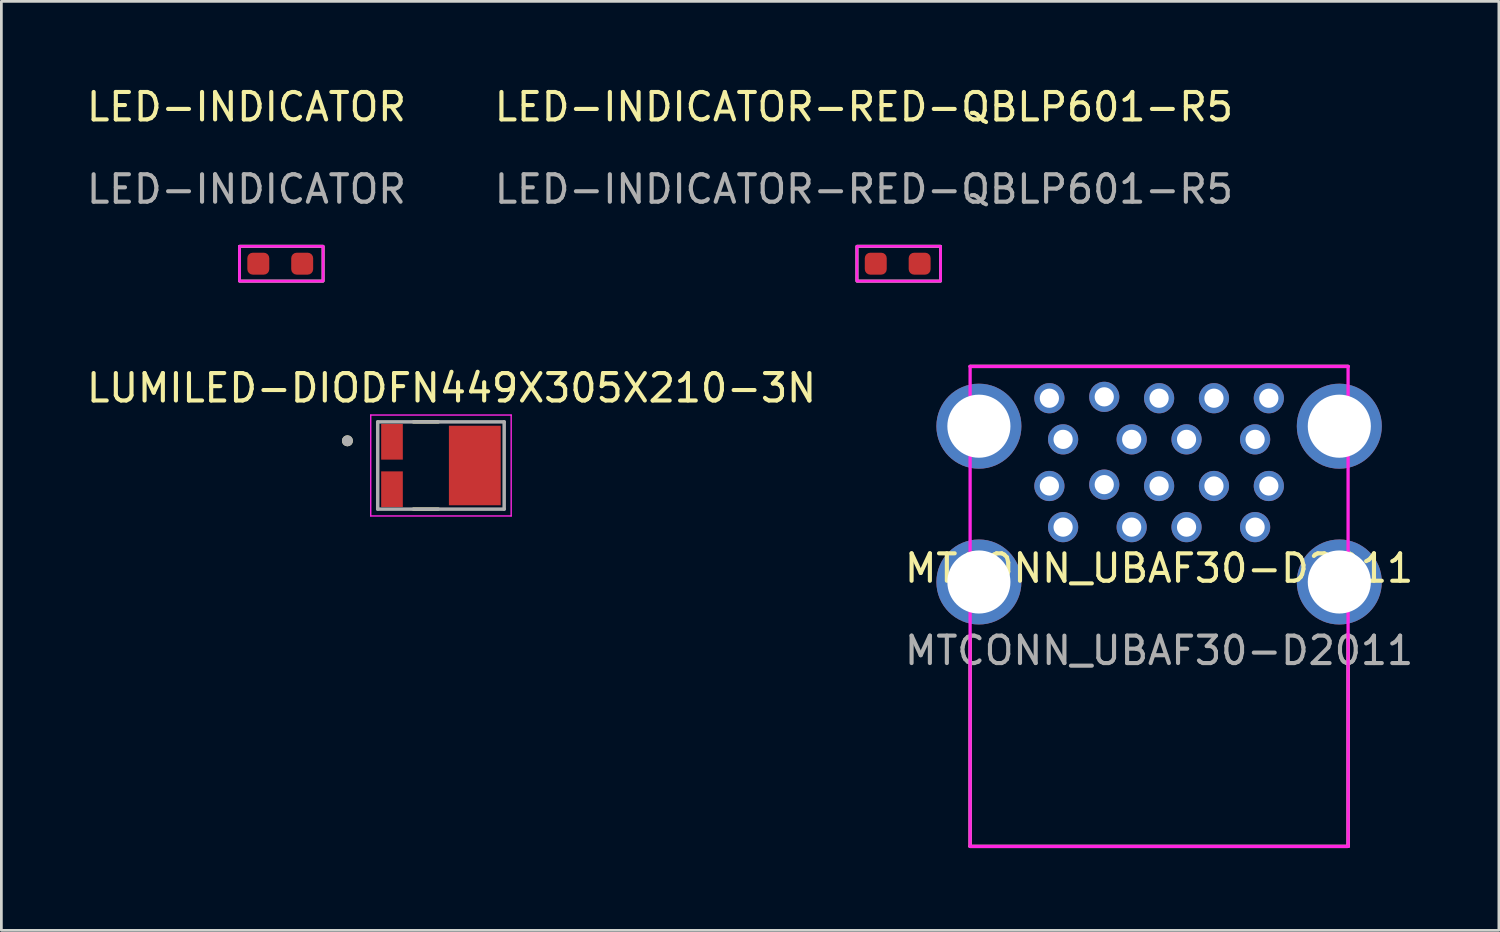
<source format=kicad_pcb>
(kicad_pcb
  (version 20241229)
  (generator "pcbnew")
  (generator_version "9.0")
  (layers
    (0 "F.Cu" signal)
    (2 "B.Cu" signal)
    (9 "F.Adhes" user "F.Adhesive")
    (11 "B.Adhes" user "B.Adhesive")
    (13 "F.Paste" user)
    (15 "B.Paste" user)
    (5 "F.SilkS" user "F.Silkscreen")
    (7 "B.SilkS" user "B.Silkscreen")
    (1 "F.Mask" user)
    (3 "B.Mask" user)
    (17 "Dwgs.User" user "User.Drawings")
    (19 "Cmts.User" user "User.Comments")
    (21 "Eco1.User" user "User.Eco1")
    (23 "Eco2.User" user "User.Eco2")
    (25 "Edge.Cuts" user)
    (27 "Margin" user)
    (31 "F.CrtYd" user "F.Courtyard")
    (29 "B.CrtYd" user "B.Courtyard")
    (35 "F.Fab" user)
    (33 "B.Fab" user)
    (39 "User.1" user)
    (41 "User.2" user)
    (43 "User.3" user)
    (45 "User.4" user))
  (footprint "LED-INDICATOR-RED-QBLP601-R5"
    (layer "F.Cu")
    (at 28.192 5.928)
    (property "Reference" "LED-INDICATOR-RED-QBLP601-R5" (at 0.254 -5.08 0) (unlocked yes) (layer "F.SilkS") (effects (font (size 1 1) (thickness 0.15))))
    (attr smd)
    (fp_rect (start 0 0) (end 3.048 1.27) (stroke (width 0.1) (type solid)) (fill no) (layer "F.SilkS"))
    (fp_rect (start 0 0) (end 3.048 1.27) (stroke (width 0.1) (type solid)) (fill no) (layer "F.CrtYd"))
    (fp_rect (start 0 0) (end 3.048 1.27) (stroke (width 0.1) (type solid)) (fill no) (layer "F.Fab"))
    (fp_text user "${REFERENCE}" (at 0.254 -2.08 0) (unlocked yes) (layer "F.Fab") (effects (font (size 1 1) (thickness 0.15))))
    (pad "1" smd roundrect (at 0.686 0.635) (size 0.8 0.8) (layers "F.Cu" "F.Mask" "F.Paste") (roundrect_rratio 0.25))
    (pad "2" smd roundrect (at 2.286 0.635) (size 0.8 0.8) (layers "F.Cu" "F.Mask" "F.Paste") (roundrect_rratio 0.25)))
  (footprint "LED-INDICATOR"
    (layer "F.Cu")
    (at 5.681 5.928)
    (property "Reference" "LED-INDICATOR" (at 0.254 -5.08 0) (unlocked yes) (layer "F.SilkS") (effects (font (size 1 1) (thickness 0.15))))
    (attr smd)
    (fp_rect (start 0 0) (end 3.048 1.27) (stroke (width 0.1) (type solid)) (fill no) (layer "F.SilkS"))
    (fp_rect (start 0 0) (end 3.048 1.27) (stroke (width 0.1) (type solid)) (fill no) (layer "F.CrtYd"))
    (fp_rect (start 0 0) (end 3.048 1.27) (stroke (width 0.1) (type solid)) (fill no) (layer "F.Fab"))
    (fp_text user "${REFERENCE}" (at 0.254 -2.08 0) (unlocked yes) (layer "F.Fab") (effects (font (size 1 1) (thickness 0.15))))
    (pad "1" smd roundrect (at 0.686 0.635) (size 0.8 0.8) (layers "F.Cu" "F.Mask" "F.Paste") (roundrect_rratio 0.25))
    (pad "2" smd roundrect (at 2.286 0.635) (size 0.8 0.8) (layers "F.Cu" "F.Mask" "F.Paste") (roundrect_rratio 0.25)))
  (footprint "MTCONN_UBAF30-D2011"
    (layer "F.Cu")
    (at 39.208 18.168)
    (property "Reference" "MTCONN_UBAF30-D2011" (at 0 -0.5 0) (unlocked yes) (layer "F.SilkS") (effects (font (size 1 1) (thickness 0.15))))
    (attr through_hole)
    (fp_line (start -6.89 -7.86) (end 6.89 -7.86) (stroke (width 0.12) (type solid)) (layer "F.SilkS"))
    (fp_line (start -6.89 9.64) (end -6.89 2) (stroke (width 0.12) (type solid)) (layer "F.SilkS"))
    (fp_line (start -6.89 9.64) (end 6.89 9.64) (stroke (width 0.12) (type solid)) (layer "F.SilkS"))
    (fp_line (start 6.89 2) (end 6.89 9.64) (stroke (width 0.12) (type solid)) (layer "F.SilkS"))
    (fp_line (start -6.89 -7.86) (end -6.89 9.64) (stroke (width 0.12) (type solid)) (layer "F.CrtYd"))
    (fp_line (start -6.89 9.64) (end 6.89 9.64) (stroke (width 0.12) (type solid)) (layer "F.CrtYd"))
    (fp_line (start 6.89 -7.86) (end -6.89 -7.86) (stroke (width 0.12) (type solid)) (layer "F.CrtYd"))
    (fp_line (start 6.89 9.64) (end 6.89 -7.86) (stroke (width 0.12) (type solid)) (layer "F.CrtYd"))
    (fp_text user "${REFERENCE}" (at 0 2.5 0) (unlocked yes) (layer "F.Fab") (effects (font (size 1 1) (thickness 0.15))))
    (pad "10" thru_hole circle (at -6.57 -5.68) (size 3.1 3.1) (drill 2.3) (layers "*.Cu" "*.Mask"))
    (pad "10" thru_hole circle (at -6.57 0) (size 3.1 3.1) (drill 2.3) (layers "*.Cu" "*.Mask"))
    (pad "10" thru_hole circle (at 6.57 -5.68) (size 3.1 3.1) (drill 2.3) (layers "*.Cu" "*.Mask"))
    (pad "10" thru_hole circle (at 6.57 0) (size 3.1 3.1) (drill 2.3) (layers "*.Cu" "*.Mask"))
    (pad "A1" thru_hole circle (at -3.5 -2) (size 1.1 1.1) (drill 0.7) (layers "*.Cu" "*.Mask"))
    (pad "A2" thru_hole circle (at -1 -2) (size 1.1 1.1) (drill 0.7) (layers "*.Cu" "*.Mask"))
    (pad "A3" thru_hole circle (at 1 -2) (size 1.1 1.1) (drill 0.7) (layers "*.Cu" "*.Mask"))
    (pad "A4" thru_hole circle (at 3.5 -2) (size 1.1 1.1) (drill 0.7) (layers "*.Cu" "*.Mask"))
    (pad "A5" thru_hole circle (at 4 -3.5) (size 1.1 1.1) (drill 0.7) (layers "*.Cu" "*.Mask"))
    (pad "A6" thru_hole circle (at 2 -3.5) (size 1.1 1.1) (drill 0.7) (layers "*.Cu" "*.Mask"))
    (pad "A7" thru_hole circle (at 0 -3.5) (size 1.1 1.1) (drill 0.7) (layers "*.Cu" "*.Mask"))
    (pad "A8" thru_hole circle (at -2 -3.55) (size 1.1 1.1) (drill 0.7) (layers "*.Cu" "*.Mask"))
    (pad "A9" thru_hole circle (at -4 -3.5) (size 1.1 1.1) (drill 0.7) (layers "*.Cu" "*.Mask"))
    (pad "B1" thru_hole circle (at -3.5 -5.2) (size 1.1 1.1) (drill 0.7) (layers "*.Cu" "*.Mask"))
    (pad "B2" thru_hole circle (at -1 -5.2) (size 1.1 1.1) (drill 0.7) (layers "*.Cu" "*.Mask"))
    (pad "B3" thru_hole circle (at 1 -5.2) (size 1.1 1.1) (drill 0.7) (layers "*.Cu" "*.Mask"))
    (pad "B4" thru_hole circle (at 3.5 -5.2) (size 1.1 1.1) (drill 0.7) (layers "*.Cu" "*.Mask"))
    (pad "B5" thru_hole circle (at 4 -6.7) (size 1.1 1.1) (drill 0.7) (layers "*.Cu" "*.Mask"))
    (pad "B6" thru_hole circle (at 2 -6.7) (size 1.1 1.1) (drill 0.7) (layers "*.Cu" "*.Mask"))
    (pad "B7" thru_hole circle (at 0 -6.7) (size 1.1 1.1) (drill 0.7) (layers "*.Cu" "*.Mask"))
    (pad "B8" thru_hole circle (at -2 -6.75) (size 1.1 1.1) (drill 0.7) (layers "*.Cu" "*.Mask"))
    (pad "B9" thru_hole circle (at -4 -6.7) (size 1.1 1.1) (drill 0.7) (layers "*.Cu" "*.Mask")))
  (footprint "LUMILED-DIODFN449X305X210-3N"
    (layer "F.Cu")
    (at 13.026 13.921)
    (property "Reference" "LUMILED-DIODFN449X305X210-3N" (at 0.385 -2.825 0) (layer "F.SilkS") (effects (font (size 1 1) (thickness 0.15))))
    (attr smd)
    (fp_line (start -1 -1.59) (end -0.1 -1.59) (stroke (width 0.127) (type solid)) (layer "F.SilkS"))
    (fp_line (start -1 1.59) (end -0.1 1.59) (stroke (width 0.127) (type solid)) (layer "F.SilkS"))
    (fp_circle (center -3.41 -0.9) (end -3.31 -0.9) (stroke (width 0.2) (type solid)) (fill no) (layer "F.SilkS"))
    (fp_line (start -2.56 -1.84) (end -2.56 1.84) (stroke (width 0.05) (type solid)) (layer "F.CrtYd"))
    (fp_line (start -2.56 1.84) (end 2.56 1.84) (stroke (width 0.05) (type solid)) (layer "F.CrtYd"))
    (fp_line (start 2.56 -1.84) (end -2.56 -1.84) (stroke (width 0.05) (type solid)) (layer "F.CrtYd"))
    (fp_line (start 2.56 1.84) (end 2.56 -1.84) (stroke (width 0.05) (type solid)) (layer "F.CrtYd"))
    (fp_line (start -2.305 -1.59) (end -2.305 1.59) (stroke (width 0.127) (type solid)) (layer "F.Fab"))
    (fp_line (start -2.305 1.59) (end 2.305 1.59) (stroke (width 0.127) (type solid)) (layer "F.Fab"))
    (fp_line (start 2.305 -1.59) (end -2.305 -1.59) (stroke (width 0.127) (type solid)) (layer "F.Fab"))
    (fp_line (start 2.305 1.59) (end 2.305 -1.59) (stroke (width 0.127) (type solid)) (layer "F.Fab"))
    (fp_circle (center -3.41 -0.9) (end -3.31 -0.9) (stroke (width 0.2) (type solid)) (fill no) (layer "F.Fab"))
    (pad "1" smd rect (at -1.785 -0.864) (size 0.79 1.3) (layers "F.Cu" "F.Mask" "F.Paste"))
    (pad "2" smd rect (at -1.785 0.864) (size 0.79 1.3) (layers "F.Cu" "F.Mask" "F.Paste"))
    (pad "3" smd rect (at 1.235 0) (size 1.89 2.9) (layers "F.Cu" "F.Mask" "F.Paste")))
  (gr_rect
    (start -3 -3)
    (end 51.595 30.868)
    (stroke (width 0.1) (type default))
    (fill no)
    (layer "Edge.Cuts")))
</source>
